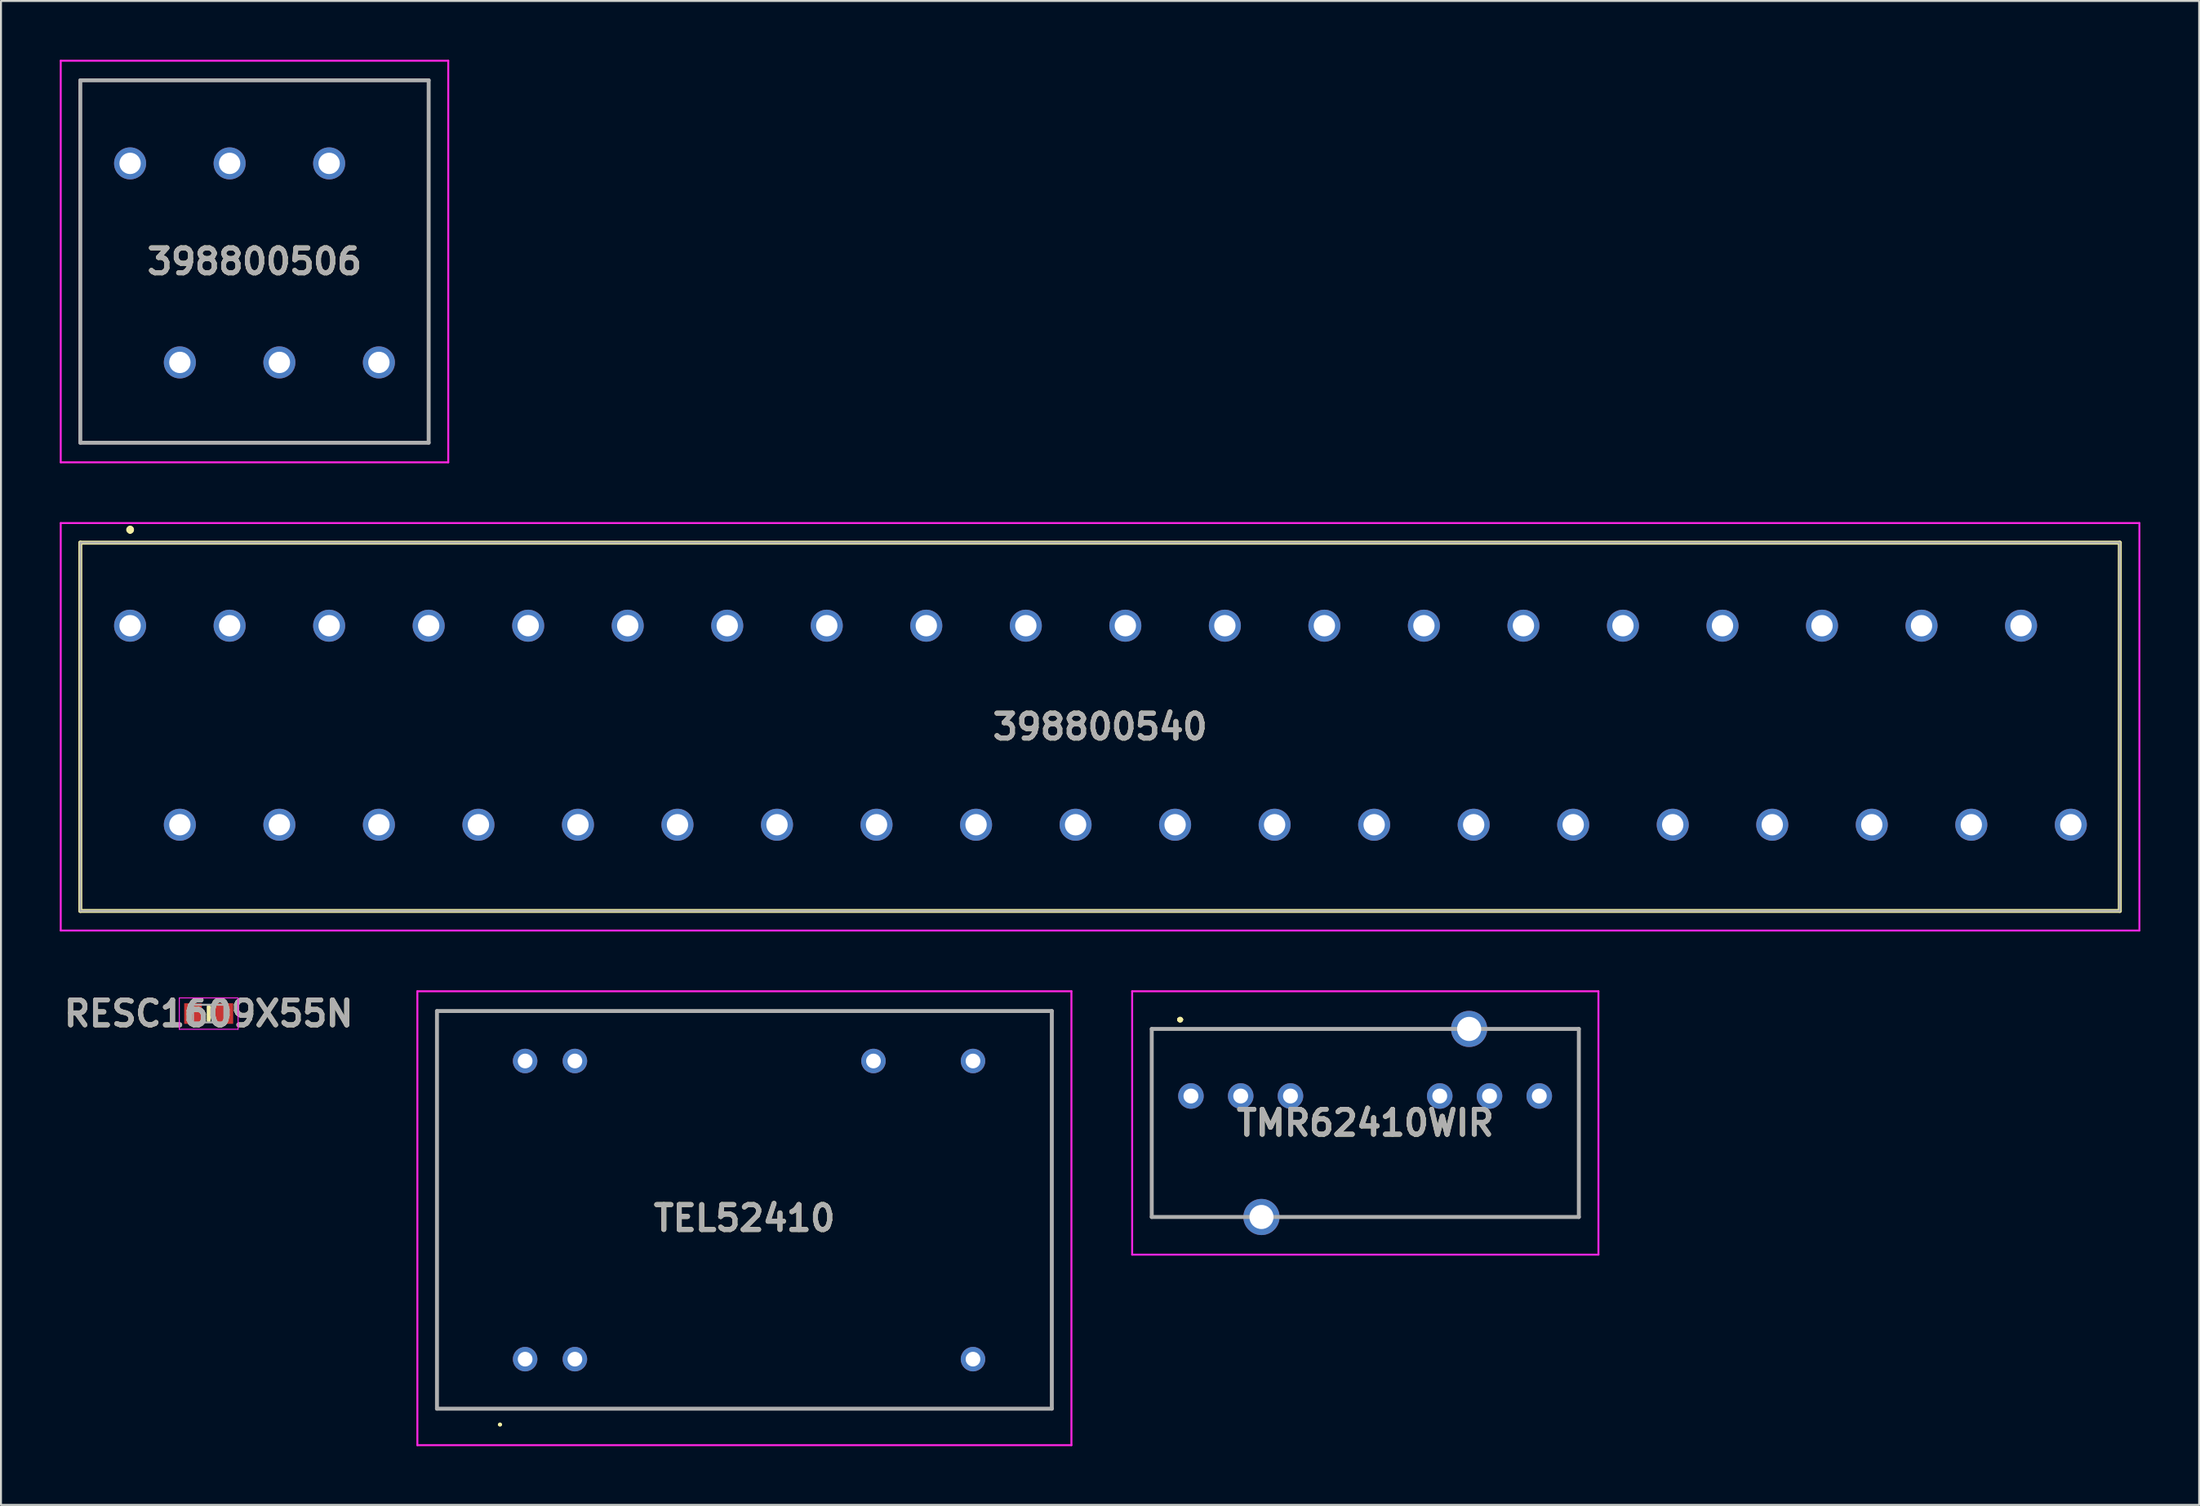
<source format=kicad_pcb>
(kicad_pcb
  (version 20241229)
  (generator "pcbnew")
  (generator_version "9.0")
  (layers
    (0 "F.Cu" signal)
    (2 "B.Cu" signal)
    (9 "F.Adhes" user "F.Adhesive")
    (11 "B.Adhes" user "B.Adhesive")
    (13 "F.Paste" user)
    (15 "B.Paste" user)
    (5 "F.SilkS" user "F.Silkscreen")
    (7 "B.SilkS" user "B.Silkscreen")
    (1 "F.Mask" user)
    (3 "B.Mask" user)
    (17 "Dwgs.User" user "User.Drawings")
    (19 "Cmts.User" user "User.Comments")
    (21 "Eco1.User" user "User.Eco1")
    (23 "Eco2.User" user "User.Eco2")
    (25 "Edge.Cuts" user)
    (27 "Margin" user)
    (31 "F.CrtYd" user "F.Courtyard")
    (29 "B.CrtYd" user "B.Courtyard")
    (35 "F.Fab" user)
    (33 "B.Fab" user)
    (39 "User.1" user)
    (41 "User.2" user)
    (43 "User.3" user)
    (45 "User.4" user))
  (footprint "TEL52410"
    (layer "F.Cu")
    (at 23.754 66.33)
    (property "Reference" "TEL52410" (at 11.192 -7.194 0) (layer "F.SilkS") (effects (font (size 1.27 1.27) (thickness 0.254))))
    (attr through_hole)
    (fp_line (start -4.5 -17.78) (end 26.884 -17.78) (stroke (width 0.1) (type solid)) (layer "F.SilkS"))
    (fp_line (start -4.5 2.54) (end -4.5 -17.78) (stroke (width 0.1) (type solid)) (layer "F.SilkS"))
    (fp_line (start -1.337 3.339) (end -1.337 3.339) (stroke (width 0.105) (type solid)) (layer "F.SilkS"))
    (fp_line (start -1.231 3.339) (end -1.231 3.339) (stroke (width 0.105) (type solid)) (layer "F.SilkS"))
    (fp_line (start 26.884 -17.78) (end 26.884 2.54) (stroke (width 0.1) (type solid)) (layer "F.SilkS"))
    (fp_line (start 26.884 2.54) (end -4.5 2.54) (stroke (width 0.1) (type solid)) (layer "F.SilkS"))
    (fp_arc (start -1.337 3.338) (mid -1.2835 3.2855) (end -1.231 3.339) (stroke (width 0.105) (type solid)) (layer "F.SilkS"))
    (fp_arc (start -1.231 3.338) (mid -1.2835 3.3915) (end -1.337 3.339) (stroke (width 0.105) (type solid)) (layer "F.SilkS"))
    (fp_line (start -5.5 -18.78) (end 27.884 -18.78) (stroke (width 0.1) (type solid)) (layer "F.CrtYd"))
    (fp_line (start -5.5 4.391) (end -5.5 -18.78) (stroke (width 0.1) (type solid)) (layer "F.CrtYd"))
    (fp_line (start 27.884 -18.78) (end 27.884 4.391) (stroke (width 0.1) (type solid)) (layer "F.CrtYd"))
    (fp_line (start 27.884 4.391) (end -5.5 4.391) (stroke (width 0.1) (type solid)) (layer "F.CrtYd"))
    (fp_line (start -4.5 -17.77) (end 26.884 -17.77) (stroke (width 0.2) (type solid)) (layer "F.Fab"))
    (fp_line (start -4.5 2.53) (end -4.5 -17.77) (stroke (width 0.2) (type solid)) (layer "F.Fab"))
    (fp_line (start 26.884 -17.77) (end 26.884 2.53) (stroke (width 0.2) (type solid)) (layer "F.Fab"))
    (fp_line (start 26.884 2.53) (end -4.5 2.53) (stroke (width 0.2) (type solid)) (layer "F.Fab"))
    (fp_text user "${REFERENCE}" (at 11.192 -7.194 0) (layer "F.Fab") (effects (font (size 1.27 1.27) (thickness 0.254))))
    (pad "2" thru_hole circle (at 0 0) (size 1.25 1.25) (drill 0.75) (layers "*.Cu" "*.Mask"))
    (pad "3" thru_hole circle (at 2.54 0) (size 1.25 1.25) (drill 0.75) (layers "*.Cu" "*.Mask"))
    (pad "11" thru_hole circle (at 22.86 0) (size 1.25 1.25) (drill 0.75) (layers "*.Cu" "*.Mask"))
    (pad "14" thru_hole circle (at 22.86 -15.22) (size 1.25 1.25) (drill 0.75) (layers "*.Cu" "*.Mask"))
    (pad "16" thru_hole circle (at 17.78 -15.22) (size 1.25 1.25) (drill 0.75) (layers "*.Cu" "*.Mask"))
    (pad "22" thru_hole circle (at 2.54 -15.22) (size 1.25 1.25) (drill 0.75) (layers "*.Cu" "*.Mask"))
    (pad "23" thru_hole circle (at 0 -15.22) (size 1.25 1.25) (drill 0.75) (layers "*.Cu" "*.Mask")))
  (footprint "TMR62410WIR"
    (layer "F.Cu")
    (at 57.738 52.898)
    (property "Reference" "TMR62410WIR" (at 8.9 1.375 0) (layer "F.SilkS") (effects (font (size 1.27 1.27) (thickness 0.254))))
    (attr through_hole)
    (fp_line (start -2 -3.425) (end -2 -3.425) (stroke (width 0.1) (type solid)) (layer "F.SilkS"))
    (fp_line (start -2 -3.425) (end -2 -3.425) (stroke (width 0.1) (type solid)) (layer "F.SilkS"))
    (fp_line (start -2 -3.425) (end -2 6) (stroke (width 0.1) (type solid)) (layer "F.SilkS"))
    (fp_line (start -2 -3.425) (end 12.5 -3.425) (stroke (width 0.1) (type solid)) (layer "F.SilkS"))
    (fp_line (start -2 6) (end -2 -3.425) (stroke (width 0.1) (type solid)) (layer "F.SilkS"))
    (fp_line (start -2 6) (end -2 6) (stroke (width 0.1) (type solid)) (layer "F.SilkS"))
    (fp_line (start -2 6.175) (end -2 6.175) (stroke (width 0.1) (type solid)) (layer "F.SilkS"))
    (fp_line (start -2 6.175) (end 2 6.175) (stroke (width 0.1) (type solid)) (layer "F.SilkS"))
    (fp_line (start -0.6 -3.9) (end -0.6 -3.9) (stroke (width 0.2) (type solid)) (layer "F.SilkS"))
    (fp_line (start -0.6 -3.9) (end -0.6 -3.9) (stroke (width 0.2) (type solid)) (layer "F.SilkS"))
    (fp_line (start -0.5 -3.9) (end -0.5 -3.9) (stroke (width 0.2) (type solid)) (layer "F.SilkS"))
    (fp_line (start 2 6.175) (end -2 6.175) (stroke (width 0.1) (type solid)) (layer "F.SilkS"))
    (fp_line (start 2 6.175) (end 2 6.175) (stroke (width 0.1) (type solid)) (layer "F.SilkS"))
    (fp_line (start 5.5 6.175) (end 5.5 6.175) (stroke (width 0.1) (type solid)) (layer "F.SilkS"))
    (fp_line (start 5.5 6.175) (end 19.8 6.175) (stroke (width 0.1) (type solid)) (layer "F.SilkS"))
    (fp_line (start 12.5 -3.425) (end -2 -3.425) (stroke (width 0.1) (type solid)) (layer "F.SilkS"))
    (fp_line (start 12.5 -3.425) (end 12.5 -3.425) (stroke (width 0.1) (type solid)) (layer "F.SilkS"))
    (fp_line (start 15.75 -3.425) (end 15.75 -3.425) (stroke (width 0.1) (type solid)) (layer "F.SilkS"))
    (fp_line (start 15.75 -3.425) (end 19.8 -3.425) (stroke (width 0.1) (type solid)) (layer "F.SilkS"))
    (fp_line (start 19.8 -3.425) (end 15.75 -3.425) (stroke (width 0.1) (type solid)) (layer "F.SilkS"))
    (fp_line (start 19.8 -3.425) (end 19.8 -3.425) (stroke (width 0.1) (type solid)) (layer "F.SilkS"))
    (fp_line (start 19.8 -3.425) (end 19.8 -3.425) (stroke (width 0.1) (type solid)) (layer "F.SilkS"))
    (fp_line (start 19.8 -3.425) (end 19.8 6.175) (stroke (width 0.1) (type solid)) (layer "F.SilkS"))
    (fp_line (start 19.8 6.175) (end 5.5 6.175) (stroke (width 0.1) (type solid)) (layer "F.SilkS"))
    (fp_line (start 19.8 6.175) (end 19.8 -3.425) (stroke (width 0.1) (type solid)) (layer "F.SilkS"))
    (fp_line (start 19.8 6.175) (end 19.8 6.175) (stroke (width 0.1) (type solid)) (layer "F.SilkS"))
    (fp_line (start 19.8 6.175) (end 19.8 6.175) (stroke (width 0.1) (type solid)) (layer "F.SilkS"))
    (fp_arc (start -0.6 -3.9) (mid -0.55 -3.95) (end -0.5 -3.9) (stroke (width 0.2) (type solid)) (layer "F.SilkS"))
    (fp_arc (start -0.5 -3.9) (mid -0.55 -3.85) (end -0.6 -3.9) (stroke (width 0.2) (type solid)) (layer "F.SilkS"))
    (fp_arc (start -0.5 -3.9) (mid -0.55 -3.85) (end -0.6 -3.9) (stroke (width 0.2) (type solid)) (layer "F.SilkS"))
    (fp_line (start -3 -5.348) (end -3 8.097) (stroke (width 0.1) (type solid)) (layer "F.CrtYd"))
    (fp_line (start -3 8.097) (end 20.8 8.097) (stroke (width 0.1) (type solid)) (layer "F.CrtYd"))
    (fp_line (start 20.8 -5.348) (end -3 -5.348) (stroke (width 0.1) (type solid)) (layer "F.CrtYd"))
    (fp_line (start 20.8 8.097) (end 20.8 -5.348) (stroke (width 0.1) (type solid)) (layer "F.CrtYd"))
    (fp_line (start -2 -3.425) (end 19.8 -3.425) (stroke (width 0.2) (type solid)) (layer "F.Fab"))
    (fp_line (start -2 6.175) (end -2 -3.425) (stroke (width 0.2) (type solid)) (layer "F.Fab"))
    (fp_line (start 19.8 -3.425) (end 19.8 6.175) (stroke (width 0.2) (type solid)) (layer "F.Fab"))
    (fp_line (start 19.8 6.175) (end -2 6.175) (stroke (width 0.2) (type solid)) (layer "F.Fab"))
    (fp_text user "${REFERENCE}" (at 8.9 1.375 0) (layer "F.Fab") (effects (font (size 1.27 1.27) (thickness 0.254))))
    (pad "1" thru_hole circle (at 0 0) (size 1.303 1.303) (drill 0.76) (layers "*.Cu" "*.Mask"))
    (pad "2" thru_hole circle (at 2.54 0) (size 1.303 1.303) (drill 0.76) (layers "*.Cu" "*.Mask"))
    (pad "3" thru_hole circle (at 5.08 0) (size 1.303 1.303) (drill 0.76) (layers "*.Cu" "*.Mask"))
    (pad "6" thru_hole circle (at 12.7 0) (size 1.303 1.303) (drill 0.76) (layers "*.Cu" "*.Mask"))
    (pad "7" thru_hole circle (at 15.24 0) (size 1.303 1.303) (drill 0.76) (layers "*.Cu" "*.Mask"))
    (pad "8" thru_hole circle (at 17.78 0) (size 1.303 1.303) (drill 0.76) (layers "*.Cu" "*.Mask"))
    (pad "9" thru_hole circle (at 3.6 6.175) (size 1.845 1.845) (drill 1.23) (layers "*.Cu" "*.Mask"))
    (pad "10" thru_hole circle (at 14.2 -3.425) (size 1.845 1.845) (drill 1.23) (layers "*.Cu" "*.Mask")))
  (footprint "398800540"
    (layer "F.Cu")
    (at 3.59 28.89)
    (property "Reference" "398800540" (at 49.51 5.16 0) (layer "F.SilkS") (effects (font (size 1.27 1.27) (thickness 0.254))))
    (attr through_hole)
    (fp_line (start -2.54 -4.24) (end 101.56 -4.24) (stroke (width 0.2) (type solid)) (layer "F.SilkS"))
    (fp_line (start -2.54 14.56) (end -2.54 -4.24) (stroke (width 0.2) (type solid)) (layer "F.SilkS"))
    (fp_line (start 0 -5) (end 0 -5) (stroke (width 0.2) (type solid)) (layer "F.SilkS"))
    (fp_line (start 0 -4.8) (end 0 -4.8) (stroke (width 0.2) (type solid)) (layer "F.SilkS"))
    (fp_line (start 0 -4.8) (end 0 -4.8) (stroke (width 0.2) (type solid)) (layer "F.SilkS"))
    (fp_line (start 101.56 -4.24) (end 101.56 14.56) (stroke (width 0.2) (type solid)) (layer "F.SilkS"))
    (fp_line (start 101.56 14.56) (end -2.54 14.56) (stroke (width 0.2) (type solid)) (layer "F.SilkS"))
    (fp_arc (start 0 -5) (mid 0.1 -4.9) (end 0 -4.8) (stroke (width 0.2) (type solid)) (layer "F.SilkS"))
    (fp_arc (start 0 -5) (mid 0.1 -4.9) (end 0 -4.8) (stroke (width 0.2) (type solid)) (layer "F.SilkS"))
    (fp_arc (start 0 -4.8) (mid -0.1 -4.9) (end 0 -5) (stroke (width 0.2) (type solid)) (layer "F.SilkS"))
    (fp_line (start -3.54 -5.24) (end 102.56 -5.24) (stroke (width 0.1) (type solid)) (layer "F.CrtYd"))
    (fp_line (start -3.54 15.56) (end -3.54 -5.24) (stroke (width 0.1) (type solid)) (layer "F.CrtYd"))
    (fp_line (start 102.56 -5.24) (end 102.56 15.56) (stroke (width 0.1) (type solid)) (layer "F.CrtYd"))
    (fp_line (start 102.56 15.56) (end -3.54 15.56) (stroke (width 0.1) (type solid)) (layer "F.CrtYd"))
    (fp_line (start -2.54 -4.24) (end -2.54 14.56) (stroke (width 0.1) (type solid)) (layer "F.Fab"))
    (fp_line (start -2.54 14.56) (end 101.56 14.56) (stroke (width 0.1) (type solid)) (layer "F.Fab"))
    (fp_line (start 101.56 -4.24) (end -2.54 -4.24) (stroke (width 0.1) (type solid)) (layer "F.Fab"))
    (fp_line (start 101.56 14.56) (end 101.56 -4.24) (stroke (width 0.1) (type solid)) (layer "F.Fab"))
    (fp_text user "${REFERENCE}" (at 49.51 5.16 0) (layer "F.Fab") (effects (font (size 1.27 1.27) (thickness 0.254))))
    (pad "1" thru_hole circle (at 0 0) (size 1.635 1.635) (drill 1.09) (layers "*.Cu" "*.Mask"))
    (pad "2" thru_hole circle (at 5.08 0) (size 1.635 1.635) (drill 1.09) (layers "*.Cu" "*.Mask"))
    (pad "3" thru_hole circle (at 10.16 0) (size 1.635 1.635) (drill 1.09) (layers "*.Cu" "*.Mask"))
    (pad "4" thru_hole circle (at 15.24 0) (size 1.635 1.635) (drill 1.09) (layers "*.Cu" "*.Mask"))
    (pad "5" thru_hole circle (at 20.32 0) (size 1.635 1.635) (drill 1.09) (layers "*.Cu" "*.Mask"))
    (pad "6" thru_hole circle (at 25.4 0) (size 1.635 1.635) (drill 1.09) (layers "*.Cu" "*.Mask"))
    (pad "7" thru_hole circle (at 30.48 0) (size 1.635 1.635) (drill 1.09) (layers "*.Cu" "*.Mask"))
    (pad "8" thru_hole circle (at 35.56 0) (size 1.635 1.635) (drill 1.09) (layers "*.Cu" "*.Mask"))
    (pad "9" thru_hole circle (at 40.64 0) (size 1.635 1.635) (drill 1.09) (layers "*.Cu" "*.Mask"))
    (pad "10" thru_hole circle (at 45.72 0) (size 1.635 1.635) (drill 1.09) (layers "*.Cu" "*.Mask"))
    (pad "11" thru_hole circle (at 50.8 0) (size 1.635 1.635) (drill 1.09) (layers "*.Cu" "*.Mask"))
    (pad "12" thru_hole circle (at 55.88 0) (size 1.635 1.635) (drill 1.09) (layers "*.Cu" "*.Mask"))
    (pad "13" thru_hole circle (at 60.96 0) (size 1.635 1.635) (drill 1.09) (layers "*.Cu" "*.Mask"))
    (pad "14" thru_hole circle (at 66.04 0) (size 1.635 1.635) (drill 1.09) (layers "*.Cu" "*.Mask"))
    (pad "15" thru_hole circle (at 71.12 0) (size 1.635 1.635) (drill 1.09) (layers "*.Cu" "*.Mask"))
    (pad "16" thru_hole circle (at 76.2 0) (size 1.635 1.635) (drill 1.09) (layers "*.Cu" "*.Mask"))
    (pad "17" thru_hole circle (at 81.28 0) (size 1.635 1.635) (drill 1.09) (layers "*.Cu" "*.Mask"))
    (pad "18" thru_hole circle (at 86.36 0) (size 1.635 1.635) (drill 1.09) (layers "*.Cu" "*.Mask"))
    (pad "19" thru_hole circle (at 91.44 0) (size 1.635 1.635) (drill 1.09) (layers "*.Cu" "*.Mask"))
    (pad "20" thru_hole circle (at 96.52 0) (size 1.635 1.635) (drill 1.09) (layers "*.Cu" "*.Mask"))
    (pad "21" thru_hole circle (at 2.54 10.16) (size 1.635 1.635) (drill 1.09) (layers "*.Cu" "*.Mask"))
    (pad "22" thru_hole circle (at 7.62 10.16) (size 1.635 1.635) (drill 1.09) (layers "*.Cu" "*.Mask"))
    (pad "23" thru_hole circle (at 12.7 10.16) (size 1.635 1.635) (drill 1.09) (layers "*.Cu" "*.Mask"))
    (pad "24" thru_hole circle (at 17.78 10.16) (size 1.635 1.635) (drill 1.09) (layers "*.Cu" "*.Mask"))
    (pad "25" thru_hole circle (at 22.86 10.16) (size 1.635 1.635) (drill 1.09) (layers "*.Cu" "*.Mask"))
    (pad "26" thru_hole circle (at 27.94 10.16) (size 1.635 1.635) (drill 1.09) (layers "*.Cu" "*.Mask"))
    (pad "27" thru_hole circle (at 33.02 10.16) (size 1.635 1.635) (drill 1.09) (layers "*.Cu" "*.Mask"))
    (pad "28" thru_hole circle (at 38.1 10.16) (size 1.635 1.635) (drill 1.09) (layers "*.Cu" "*.Mask"))
    (pad "29" thru_hole circle (at 43.18 10.16) (size 1.635 1.635) (drill 1.09) (layers "*.Cu" "*.Mask"))
    (pad "30" thru_hole circle (at 48.26 10.16) (size 1.635 1.635) (drill 1.09) (layers "*.Cu" "*.Mask"))
    (pad "31" thru_hole circle (at 53.34 10.16) (size 1.635 1.635) (drill 1.09) (layers "*.Cu" "*.Mask"))
    (pad "32" thru_hole circle (at 58.42 10.16) (size 1.635 1.635) (drill 1.09) (layers "*.Cu" "*.Mask"))
    (pad "33" thru_hole circle (at 63.5 10.16) (size 1.635 1.635) (drill 1.09) (layers "*.Cu" "*.Mask"))
    (pad "34" thru_hole circle (at 68.58 10.16) (size 1.635 1.635) (drill 1.09) (layers "*.Cu" "*.Mask"))
    (pad "35" thru_hole circle (at 73.66 10.16) (size 1.635 1.635) (drill 1.09) (layers "*.Cu" "*.Mask"))
    (pad "36" thru_hole circle (at 78.74 10.16) (size 1.635 1.635) (drill 1.09) (layers "*.Cu" "*.Mask"))
    (pad "37" thru_hole circle (at 83.82 10.16) (size 1.635 1.635) (drill 1.09) (layers "*.Cu" "*.Mask"))
    (pad "38" thru_hole circle (at 88.9 10.16) (size 1.635 1.635) (drill 1.09) (layers "*.Cu" "*.Mask"))
    (pad "39" thru_hole circle (at 93.98 10.16) (size 1.635 1.635) (drill 1.09) (layers "*.Cu" "*.Mask"))
    (pad "40" thru_hole circle (at 99.06 10.16) (size 1.635 1.635) (drill 1.09) (layers "*.Cu" "*.Mask")))
  (footprint "398800506"
    (layer "F.Cu")
    (at 3.59 5.29)
    (property "Reference" "398800506" (at 6.35 5.01 0) (layer "F.SilkS") (effects (font (size 1.27 1.27) (thickness 0.254))))
    (attr through_hole)
    (fp_line (start -2.54 -4.24) (end 15.24 -4.24) (stroke (width 0.1) (type solid)) (layer "F.SilkS"))
    (fp_line (start -2.54 14.26) (end -2.54 -4.24) (stroke (width 0.1) (type solid)) (layer "F.SilkS"))
    (fp_line (start 15.24 -4.24) (end 15.24 14.26) (stroke (width 0.1) (type solid)) (layer "F.SilkS"))
    (fp_line (start 15.24 14.26) (end -2.54 14.26) (stroke (width 0.1) (type solid)) (layer "F.SilkS"))
    (fp_line (start -3.54 -5.24) (end 16.24 -5.24) (stroke (width 0.1) (type solid)) (layer "F.CrtYd"))
    (fp_line (start -3.54 15.26) (end -3.54 -5.24) (stroke (width 0.1) (type solid)) (layer "F.CrtYd"))
    (fp_line (start 16.24 -5.24) (end 16.24 15.26) (stroke (width 0.1) (type solid)) (layer "F.CrtYd"))
    (fp_line (start 16.24 15.26) (end -3.54 15.26) (stroke (width 0.1) (type solid)) (layer "F.CrtYd"))
    (fp_line (start -2.54 -4.24) (end 15.24 -4.24) (stroke (width 0.2) (type solid)) (layer "F.Fab"))
    (fp_line (start -2.54 14.26) (end -2.54 -4.24) (stroke (width 0.2) (type solid)) (layer "F.Fab"))
    (fp_line (start 15.24 -4.24) (end 15.24 14.26) (stroke (width 0.2) (type solid)) (layer "F.Fab"))
    (fp_line (start 15.24 14.26) (end -2.54 14.26) (stroke (width 0.2) (type solid)) (layer "F.Fab"))
    (fp_text user "${REFERENCE}" (at 6.35 5.01 0) (layer "F.Fab") (effects (font (size 1.27 1.27) (thickness 0.254))))
    (pad "1" thru_hole circle (at 0 0) (size 1.635 1.635) (drill 1.09) (layers "*.Cu" "*.Mask"))
    (pad "2" thru_hole circle (at 5.08 0) (size 1.635 1.635) (drill 1.09) (layers "*.Cu" "*.Mask"))
    (pad "3" thru_hole circle (at 10.16 0) (size 1.635 1.635) (drill 1.09) (layers "*.Cu" "*.Mask"))
    (pad "4" thru_hole circle (at 2.54 10.16) (size 1.635 1.635) (drill 1.09) (layers "*.Cu" "*.Mask"))
    (pad "5" thru_hole circle (at 7.62 10.16) (size 1.635 1.635) (drill 1.09) (layers "*.Cu" "*.Mask"))
    (pad "6" thru_hole circle (at 12.7 10.16) (size 1.635 1.635) (drill 1.09) (layers "*.Cu" "*.Mask")))
  (footprint "RESC1609X55N"
    (layer "F.Cu")
    (at 7.602 48.689)
    (property "Reference" "RESC1609X55N" (at 0 0 0) (layer "F.SilkS") (effects (font (size 1.27 1.27) (thickness 0.254))))
    (attr smd)
    (fp_line (start 0 -0.35) (end 0 0.35) (stroke (width 0.2) (type solid)) (layer "F.SilkS"))
    (fp_line (start -1.5 -0.8) (end 1.5 -0.8) (stroke (width 0.05) (type solid)) (layer "F.CrtYd"))
    (fp_line (start -1.5 0.8) (end -1.5 -0.8) (stroke (width 0.05) (type solid)) (layer "F.CrtYd"))
    (fp_line (start 1.5 -0.8) (end 1.5 0.8) (stroke (width 0.05) (type solid)) (layer "F.CrtYd"))
    (fp_line (start 1.5 0.8) (end -1.5 0.8) (stroke (width 0.05) (type solid)) (layer "F.CrtYd"))
    (fp_line (start -0.8 -0.45) (end 0.8 -0.45) (stroke (width 0.1) (type solid)) (layer "F.Fab"))
    (fp_line (start -0.8 0.45) (end -0.8 -0.45) (stroke (width 0.1) (type solid)) (layer "F.Fab"))
    (fp_line (start 0.8 -0.45) (end 0.8 0.45) (stroke (width 0.1) (type solid)) (layer "F.Fab"))
    (fp_line (start 0.8 0.45) (end -0.8 0.45) (stroke (width 0.1) (type solid)) (layer "F.Fab"))
    (fp_text user "${REFERENCE}" (at 0 0 0) (layer "F.Fab") (effects (font (size 1.27 1.27) (thickness 0.254))))
    (pad "1" smd rect (at -0.8 0) (size 0.9 1.05) (layers "F.Cu" "F.Mask" "F.Paste"))
    (pad "2" smd rect (at 0.8 0) (size 0.9 1.05) (layers "F.Cu" "F.Mask" "F.Paste")))
  (gr_rect
    (start -3 -3)
    (end 109.2 73.771)
    (stroke (width 0.1) (type default))
    (fill no)
    (layer "Edge.Cuts")))
</source>
